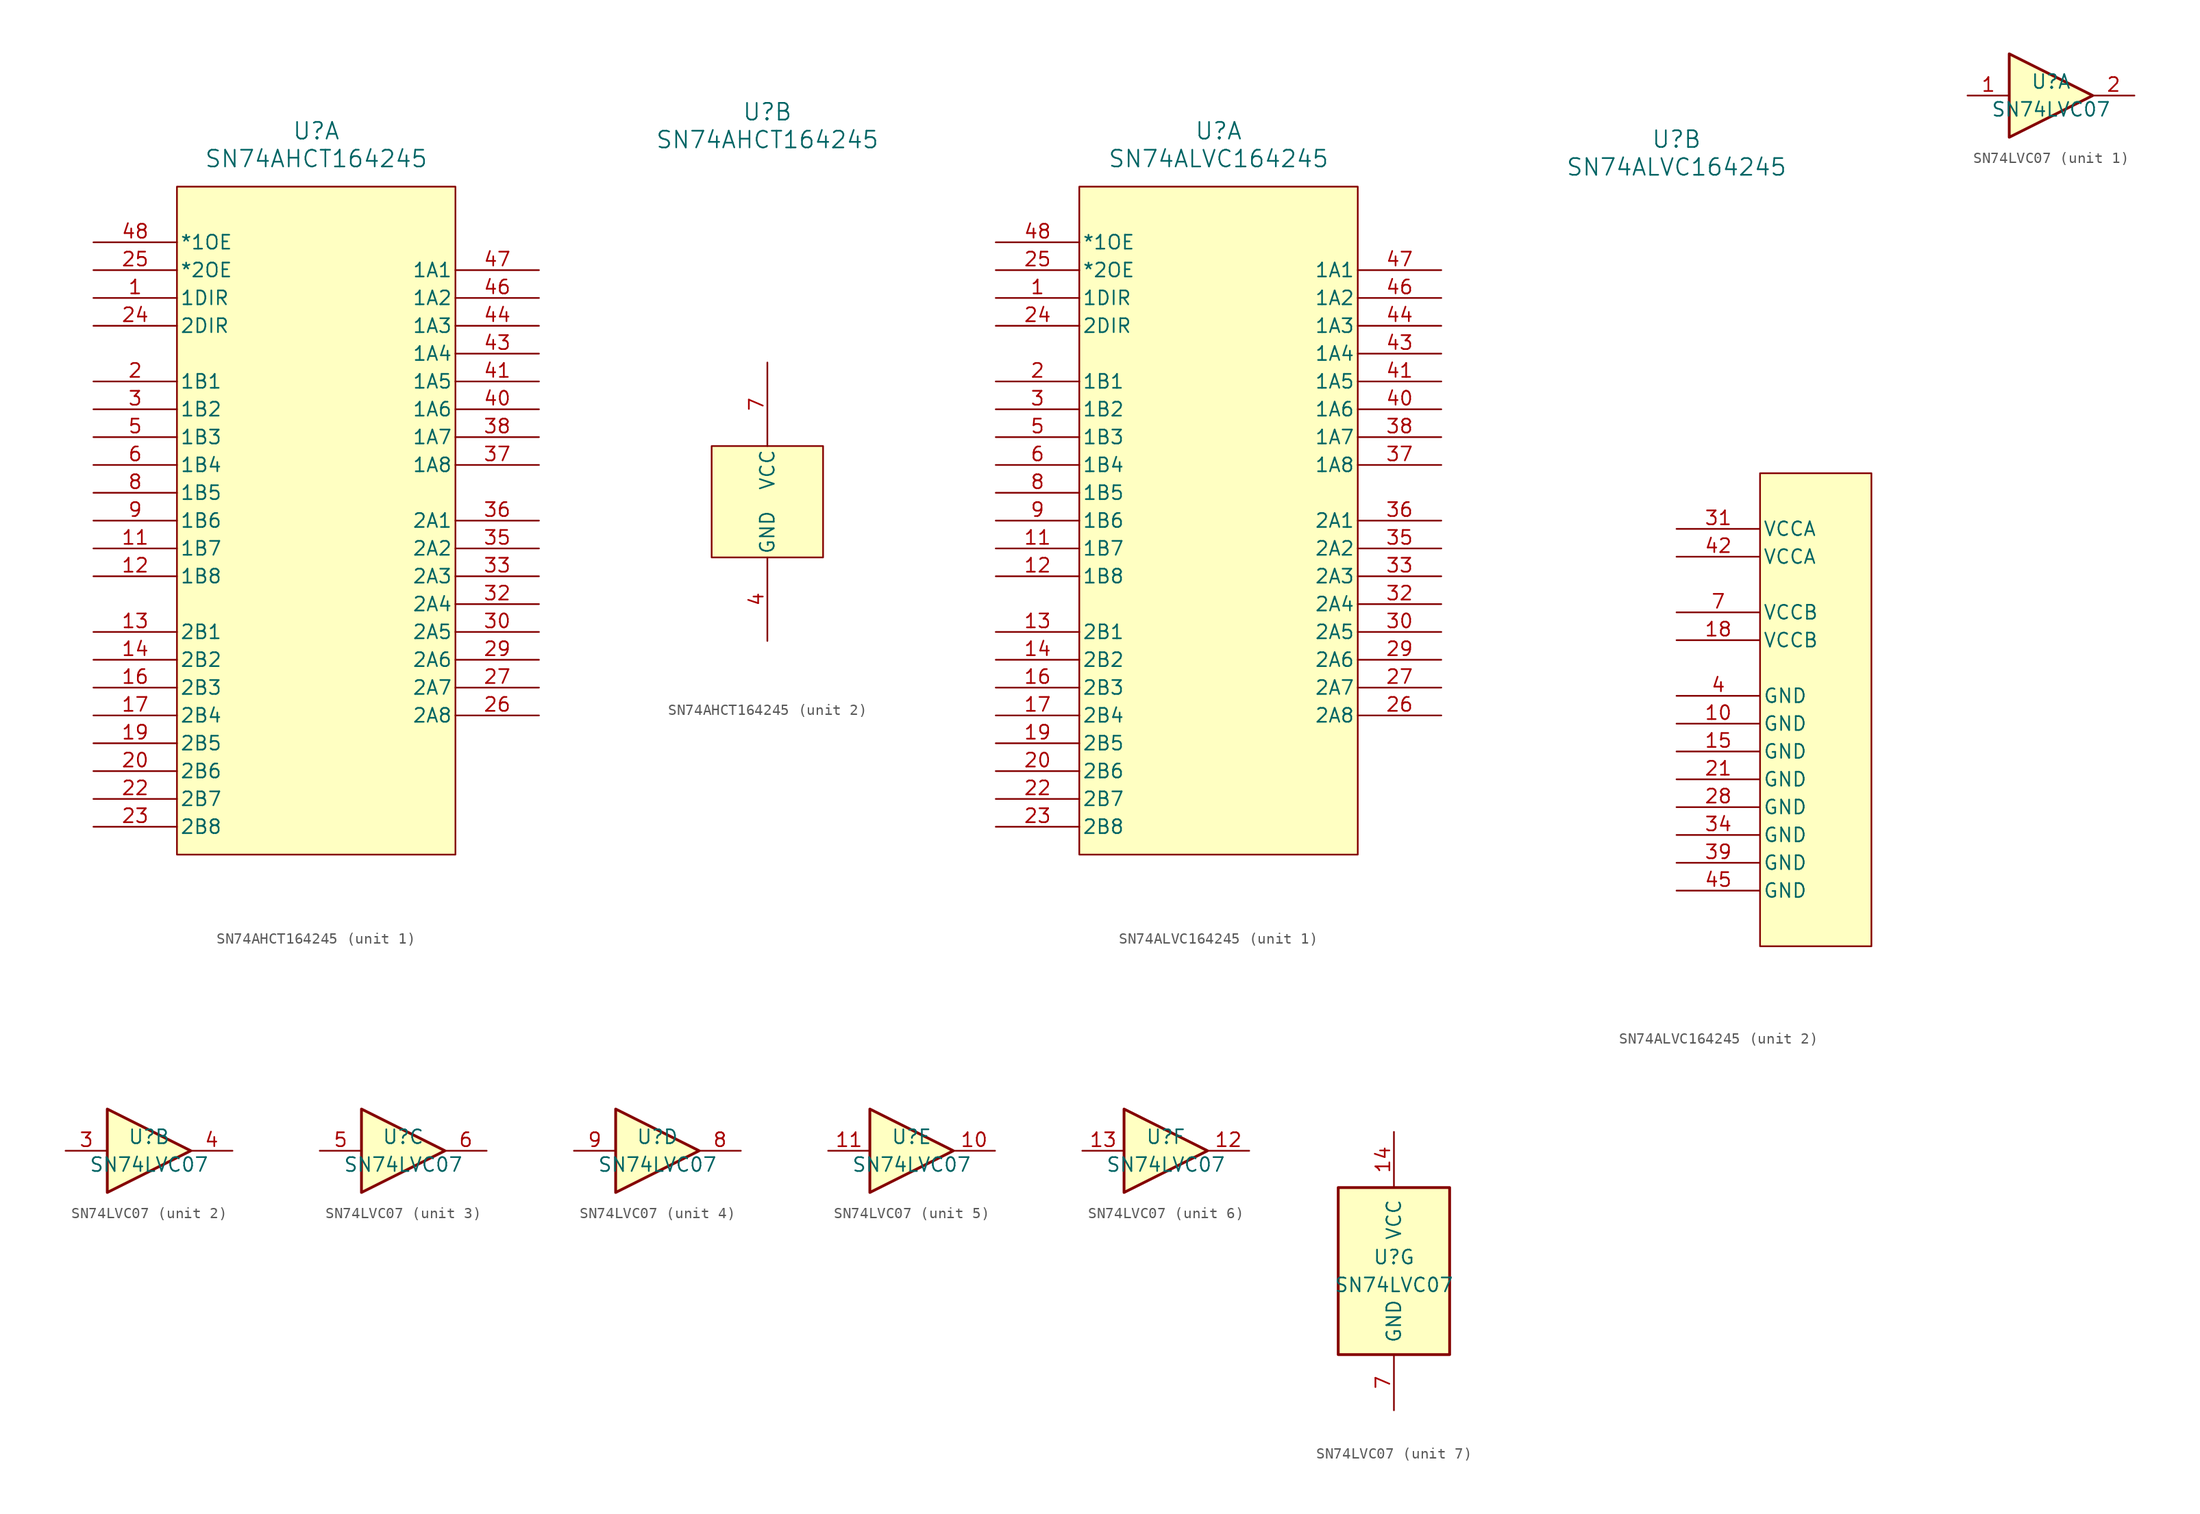
<source format=kicad_sym>
(kicad_symbol_lib
  (version 20220914)
  (generator kicad_symbol_editor)
  (symbol "SN74AHCT164245"
    (pin_names
      (offset 0.254))
    (property "Reference" "U"
      (at 0 35.56 0)
      (effects (font (size 1.524 1.524))))
    (property "Value" "SN74AHCT164245"
      (at 0 33.02 0)
      (effects (font (size 1.524 1.524))))
    (property "ki_locked" ""
      (at 0 0 0)
      (effects (font (size 1.27 1.27))))
    (symbol "SN74AHCT164245_1_1"
      (rectangle (start -12.7 30.48) (end 12.7 -30.48) (stroke (width 0) (type default)) (fill (type background)))
      (pin input line (at -20.32 20.32 0) (length 7.62) (name "1DIR" (effects (font (size 1.27 1.27)))) (number "1" (effects (font (size 1.27 1.27)))))
      (pin bidirectional line (at -20.32 -2.54 0) (length 7.62) (name "1B7" (effects (font (size 1.27 1.27)))) (number "11" (effects (font (size 1.27 1.27)))))
      (pin bidirectional line (at -20.32 -5.08 0) (length 7.62) (name "1B8" (effects (font (size 1.27 1.27)))) (number "12" (effects (font (size 1.27 1.27)))))
      (pin bidirectional line (at -20.32 -10.16 0) (length 7.62) (name "2B1" (effects (font (size 1.27 1.27)))) (number "13" (effects (font (size 1.27 1.27)))))
      (pin bidirectional line (at -20.32 -12.7 0) (length 7.62) (name "2B2" (effects (font (size 1.27 1.27)))) (number "14" (effects (font (size 1.27 1.27)))))
      (pin bidirectional line (at -20.32 -15.24 0) (length 7.62) (name "2B3" (effects (font (size 1.27 1.27)))) (number "16" (effects (font (size 1.27 1.27)))))
      (pin bidirectional line (at -20.32 -17.78 0) (length 7.62) (name "2B4" (effects (font (size 1.27 1.27)))) (number "17" (effects (font (size 1.27 1.27)))))
      (pin bidirectional line (at -20.32 -20.32 0) (length 7.62) (name "2B5" (effects (font (size 1.27 1.27)))) (number "19" (effects (font (size 1.27 1.27)))))
      (pin bidirectional line (at -20.32 12.7 0) (length 7.62) (name "1B1" (effects (font (size 1.27 1.27)))) (number "2" (effects (font (size 1.27 1.27)))))
      (pin bidirectional line (at -20.32 -22.86 0) (length 7.62) (name "2B6" (effects (font (size 1.27 1.27)))) (number "20" (effects (font (size 1.27 1.27)))))
      (pin bidirectional line (at -20.32 -25.4 0) (length 7.62) (name "2B7" (effects (font (size 1.27 1.27)))) (number "22" (effects (font (size 1.27 1.27)))))
      (pin bidirectional line (at -20.32 -27.94 0) (length 7.62) (name "2B8" (effects (font (size 1.27 1.27)))) (number "23" (effects (font (size 1.27 1.27)))))
      (pin input line (at -20.32 17.78 0) (length 7.62) (name "2DIR" (effects (font (size 1.27 1.27)))) (number "24" (effects (font (size 1.27 1.27)))))
      (pin input line (at -20.32 22.86 0) (length 7.62) (name "*2OE" (effects (font (size 1.27 1.27)))) (number "25" (effects (font (size 1.27 1.27)))))
      (pin bidirectional line (at 20.32 -17.78 180) (length 7.62) (name "2A8" (effects (font (size 1.27 1.27)))) (number "26" (effects (font (size 1.27 1.27)))))
      (pin bidirectional line (at 20.32 -15.24 180) (length 7.62) (name "2A7" (effects (font (size 1.27 1.27)))) (number "27" (effects (font (size 1.27 1.27)))))
      (pin bidirectional line (at 20.32 -12.7 180) (length 7.62) (name "2A6" (effects (font (size 1.27 1.27)))) (number "29" (effects (font (size 1.27 1.27)))))
      (pin bidirectional line (at -20.32 10.16 0) (length 7.62) (name "1B2" (effects (font (size 1.27 1.27)))) (number "3" (effects (font (size 1.27 1.27)))))
      (pin bidirectional line (at 20.32 -10.16 180) (length 7.62) (name "2A5" (effects (font (size 1.27 1.27)))) (number "30" (effects (font (size 1.27 1.27)))))
      (pin bidirectional line (at 20.32 -7.62 180) (length 7.62) (name "2A4" (effects (font (size 1.27 1.27)))) (number "32" (effects (font (size 1.27 1.27)))))
      (pin bidirectional line (at 20.32 -5.08 180) (length 7.62) (name "2A3" (effects (font (size 1.27 1.27)))) (number "33" (effects (font (size 1.27 1.27)))))
      (pin bidirectional line (at 20.32 -2.54 180) (length 7.62) (name "2A2" (effects (font (size 1.27 1.27)))) (number "35" (effects (font (size 1.27 1.27)))))
      (pin bidirectional line (at 20.32 0 180) (length 7.62) (name "2A1" (effects (font (size 1.27 1.27)))) (number "36" (effects (font (size 1.27 1.27)))))
      (pin bidirectional line (at 20.32 5.08 180) (length 7.62) (name "1A8" (effects (font (size 1.27 1.27)))) (number "37" (effects (font (size 1.27 1.27)))))
      (pin bidirectional line (at 20.32 7.62 180) (length 7.62) (name "1A7" (effects (font (size 1.27 1.27)))) (number "38" (effects (font (size 1.27 1.27)))))
      (pin bidirectional line (at 20.32 10.16 180) (length 7.62) (name "1A6" (effects (font (size 1.27 1.27)))) (number "40" (effects (font (size 1.27 1.27)))))
      (pin bidirectional line (at 20.32 12.7 180) (length 7.62) (name "1A5" (effects (font (size 1.27 1.27)))) (number "41" (effects (font (size 1.27 1.27)))))
      (pin bidirectional line (at 20.32 15.24 180) (length 7.62) (name "1A4" (effects (font (size 1.27 1.27)))) (number "43" (effects (font (size 1.27 1.27)))))
      (pin bidirectional line (at 20.32 17.78 180) (length 7.62) (name "1A3" (effects (font (size 1.27 1.27)))) (number "44" (effects (font (size 1.27 1.27)))))
      (pin bidirectional line (at 20.32 20.32 180) (length 7.62) (name "1A2" (effects (font (size 1.27 1.27)))) (number "46" (effects (font (size 1.27 1.27)))))
      (pin bidirectional line (at 20.32 22.86 180) (length 7.62) (name "1A1" (effects (font (size 1.27 1.27)))) (number "47" (effects (font (size 1.27 1.27)))))
      (pin input line (at -20.32 25.4 0) (length 7.62) (name "*1OE" (effects (font (size 1.27 1.27)))) (number "48" (effects (font (size 1.27 1.27)))))
      (pin bidirectional line (at -20.32 7.62 0) (length 7.62) (name "1B3" (effects (font (size 1.27 1.27)))) (number "5" (effects (font (size 1.27 1.27)))))
      (pin bidirectional line (at -20.32 5.08 0) (length 7.62) (name "1B4" (effects (font (size 1.27 1.27)))) (number "6" (effects (font (size 1.27 1.27)))))
      (pin bidirectional line (at -20.32 2.54 0) (length 7.62) (name "1B5" (effects (font (size 1.27 1.27)))) (number "8" (effects (font (size 1.27 1.27)))))
      (pin bidirectional line (at -20.32 0 0) (length 7.62) (name "1B6" (effects (font (size 1.27 1.27)))) (number "9" (effects (font (size 1.27 1.27))))))
    (symbol "SN74AHCT164245_2_1"
      (rectangle (start -5.08 5.08) (end 5.08 -5.08) (stroke (width 0) (type default)) (fill (type background)))
      (pin passive line (at 0 -12.7 90) (length 7.62) hide (name "GND" (effects (font (size 1.27 1.27)))) (number "10" (effects (font (size 1.27 1.27)))))
      (pin passive line (at 0 -12.7 90) (length 7.62) hide (name "GND" (effects (font (size 1.27 1.27)))) (number "15" (effects (font (size 1.27 1.27)))))
      (pin passive line (at 0 12.7 270) (length 7.62) hide (name "VCC" (effects (font (size 1.27 1.27)))) (number "18" (effects (font (size 1.27 1.27)))))
      (pin passive line (at 0 -12.7 90) (length 7.62) hide (name "GND" (effects (font (size 1.27 1.27)))) (number "21" (effects (font (size 1.27 1.27)))))
      (pin passive line (at 0 -12.7 90) (length 7.62) hide (name "GND" (effects (font (size 1.27 1.27)))) (number "28" (effects (font (size 1.27 1.27)))))
      (pin passive line (at 0 12.7 270) (length 7.62) hide (name "VCC" (effects (font (size 1.27 1.27)))) (number "31" (effects (font (size 1.27 1.27)))))
      (pin passive line (at 0 -12.7 90) (length 7.62) hide (name "GND" (effects (font (size 1.27 1.27)))) (number "34" (effects (font (size 1.27 1.27)))))
      (pin passive line (at 0 -12.7 90) (length 7.62) hide (name "GND" (effects (font (size 1.27 1.27)))) (number "39" (effects (font (size 1.27 1.27)))))
      (pin power_in line (at 0 -12.7 90) (length 7.62) (name "GND" (effects (font (size 1.27 1.27)))) (number "4" (effects (font (size 1.27 1.27)))))
      (pin passive line (at 0 12.7 270) (length 7.62) hide (name "VCC" (effects (font (size 1.27 1.27)))) (number "42" (effects (font (size 1.27 1.27)))))
      (pin passive line (at 0 -12.7 90) (length 7.62) hide (name "GND" (effects (font (size 1.27 1.27)))) (number "45" (effects (font (size 1.27 1.27)))))
      (pin power_in line (at 0 12.7 270) (length 7.62) (name "VCC" (effects (font (size 1.27 1.27)))) (number "7" (effects (font (size 1.27 1.27)))))))
  (symbol "SN74ALVC164245"
    (pin_names
      (offset 0.254))
    (property "Reference" "U"
      (at 0 35.56 0)
      (effects (font (size 1.524 1.524))))
    (property "Value" "SN74ALVC164245"
      (at 0 33.02 0)
      (effects (font (size 1.524 1.524))))
    (property "ki_locked" ""
      (at 0 0 0)
      (effects (font (size 1.27 1.27))))
    (symbol "SN74ALVC164245_1_1"
      (rectangle (start -12.7 30.48) (end 12.7 -30.48) (stroke (width 0) (type default)) (fill (type background)))
      (pin input line (at -20.32 20.32 0) (length 7.62) (name "1DIR" (effects (font (size 1.27 1.27)))) (number "1" (effects (font (size 1.27 1.27)))))
      (pin bidirectional line (at -20.32 -2.54 0) (length 7.62) (name "1B7" (effects (font (size 1.27 1.27)))) (number "11" (effects (font (size 1.27 1.27)))))
      (pin bidirectional line (at -20.32 -5.08 0) (length 7.62) (name "1B8" (effects (font (size 1.27 1.27)))) (number "12" (effects (font (size 1.27 1.27)))))
      (pin bidirectional line (at -20.32 -10.16 0) (length 7.62) (name "2B1" (effects (font (size 1.27 1.27)))) (number "13" (effects (font (size 1.27 1.27)))))
      (pin bidirectional line (at -20.32 -12.7 0) (length 7.62) (name "2B2" (effects (font (size 1.27 1.27)))) (number "14" (effects (font (size 1.27 1.27)))))
      (pin bidirectional line (at -20.32 -15.24 0) (length 7.62) (name "2B3" (effects (font (size 1.27 1.27)))) (number "16" (effects (font (size 1.27 1.27)))))
      (pin bidirectional line (at -20.32 -17.78 0) (length 7.62) (name "2B4" (effects (font (size 1.27 1.27)))) (number "17" (effects (font (size 1.27 1.27)))))
      (pin bidirectional line (at -20.32 -20.32 0) (length 7.62) (name "2B5" (effects (font (size 1.27 1.27)))) (number "19" (effects (font (size 1.27 1.27)))))
      (pin bidirectional line (at -20.32 12.7 0) (length 7.62) (name "1B1" (effects (font (size 1.27 1.27)))) (number "2" (effects (font (size 1.27 1.27)))))
      (pin bidirectional line (at -20.32 -22.86 0) (length 7.62) (name "2B6" (effects (font (size 1.27 1.27)))) (number "20" (effects (font (size 1.27 1.27)))))
      (pin bidirectional line (at -20.32 -25.4 0) (length 7.62) (name "2B7" (effects (font (size 1.27 1.27)))) (number "22" (effects (font (size 1.27 1.27)))))
      (pin bidirectional line (at -20.32 -27.94 0) (length 7.62) (name "2B8" (effects (font (size 1.27 1.27)))) (number "23" (effects (font (size 1.27 1.27)))))
      (pin input line (at -20.32 17.78 0) (length 7.62) (name "2DIR" (effects (font (size 1.27 1.27)))) (number "24" (effects (font (size 1.27 1.27)))))
      (pin input line (at -20.32 22.86 0) (length 7.62) (name "*2OE" (effects (font (size 1.27 1.27)))) (number "25" (effects (font (size 1.27 1.27)))))
      (pin bidirectional line (at 20.32 -17.78 180) (length 7.62) (name "2A8" (effects (font (size 1.27 1.27)))) (number "26" (effects (font (size 1.27 1.27)))))
      (pin bidirectional line (at 20.32 -15.24 180) (length 7.62) (name "2A7" (effects (font (size 1.27 1.27)))) (number "27" (effects (font (size 1.27 1.27)))))
      (pin bidirectional line (at 20.32 -12.7 180) (length 7.62) (name "2A6" (effects (font (size 1.27 1.27)))) (number "29" (effects (font (size 1.27 1.27)))))
      (pin bidirectional line (at -20.32 10.16 0) (length 7.62) (name "1B2" (effects (font (size 1.27 1.27)))) (number "3" (effects (font (size 1.27 1.27)))))
      (pin bidirectional line (at 20.32 -10.16 180) (length 7.62) (name "2A5" (effects (font (size 1.27 1.27)))) (number "30" (effects (font (size 1.27 1.27)))))
      (pin bidirectional line (at 20.32 -7.62 180) (length 7.62) (name "2A4" (effects (font (size 1.27 1.27)))) (number "32" (effects (font (size 1.27 1.27)))))
      (pin bidirectional line (at 20.32 -5.08 180) (length 7.62) (name "2A3" (effects (font (size 1.27 1.27)))) (number "33" (effects (font (size 1.27 1.27)))))
      (pin bidirectional line (at 20.32 -2.54 180) (length 7.62) (name "2A2" (effects (font (size 1.27 1.27)))) (number "35" (effects (font (size 1.27 1.27)))))
      (pin bidirectional line (at 20.32 0 180) (length 7.62) (name "2A1" (effects (font (size 1.27 1.27)))) (number "36" (effects (font (size 1.27 1.27)))))
      (pin bidirectional line (at 20.32 5.08 180) (length 7.62) (name "1A8" (effects (font (size 1.27 1.27)))) (number "37" (effects (font (size 1.27 1.27)))))
      (pin bidirectional line (at 20.32 7.62 180) (length 7.62) (name "1A7" (effects (font (size 1.27 1.27)))) (number "38" (effects (font (size 1.27 1.27)))))
      (pin bidirectional line (at 20.32 10.16 180) (length 7.62) (name "1A6" (effects (font (size 1.27 1.27)))) (number "40" (effects (font (size 1.27 1.27)))))
      (pin bidirectional line (at 20.32 12.7 180) (length 7.62) (name "1A5" (effects (font (size 1.27 1.27)))) (number "41" (effects (font (size 1.27 1.27)))))
      (pin bidirectional line (at 20.32 15.24 180) (length 7.62) (name "1A4" (effects (font (size 1.27 1.27)))) (number "43" (effects (font (size 1.27 1.27)))))
      (pin bidirectional line (at 20.32 17.78 180) (length 7.62) (name "1A3" (effects (font (size 1.27 1.27)))) (number "44" (effects (font (size 1.27 1.27)))))
      (pin bidirectional line (at 20.32 20.32 180) (length 7.62) (name "1A2" (effects (font (size 1.27 1.27)))) (number "46" (effects (font (size 1.27 1.27)))))
      (pin bidirectional line (at 20.32 22.86 180) (length 7.62) (name "1A1" (effects (font (size 1.27 1.27)))) (number "47" (effects (font (size 1.27 1.27)))))
      (pin input line (at -20.32 25.4 0) (length 7.62) (name "*1OE" (effects (font (size 1.27 1.27)))) (number "48" (effects (font (size 1.27 1.27)))))
      (pin bidirectional line (at -20.32 7.62 0) (length 7.62) (name "1B3" (effects (font (size 1.27 1.27)))) (number "5" (effects (font (size 1.27 1.27)))))
      (pin bidirectional line (at -20.32 5.08 0) (length 7.62) (name "1B4" (effects (font (size 1.27 1.27)))) (number "6" (effects (font (size 1.27 1.27)))))
      (pin bidirectional line (at -20.32 2.54 0) (length 7.62) (name "1B5" (effects (font (size 1.27 1.27)))) (number "8" (effects (font (size 1.27 1.27)))))
      (pin bidirectional line (at -20.32 0 0) (length 7.62) (name "1B6" (effects (font (size 1.27 1.27)))) (number "9" (effects (font (size 1.27 1.27))))))
    (symbol "SN74ALVC164245_2_1"
      (rectangle (start 7.62 5.08) (end 17.78 -38.1) (stroke (width 0) (type default)) (fill (type background)))
      (pin power_in line (at 0 -17.78 0) (length 7.62) (name "GND" (effects (font (size 1.27 1.27)))) (number "10" (effects (font (size 1.27 1.27)))))
      (pin power_in line (at 0 -20.32 0) (length 7.62) (name "GND" (effects (font (size 1.27 1.27)))) (number "15" (effects (font (size 1.27 1.27)))))
      (pin power_in line (at 0 -10.16 0) (length 7.62) (name "VCCB" (effects (font (size 1.27 1.27)))) (number "18" (effects (font (size 1.27 1.27)))))
      (pin power_in line (at 0 -22.86 0) (length 7.62) (name "GND" (effects (font (size 1.27 1.27)))) (number "21" (effects (font (size 1.27 1.27)))))
      (pin power_in line (at 0 -25.4 0) (length 7.62) (name "GND" (effects (font (size 1.27 1.27)))) (number "28" (effects (font (size 1.27 1.27)))))
      (pin power_in line (at 0 0 0) (length 7.62) (name "VCCA" (effects (font (size 1.27 1.27)))) (number "31" (effects (font (size 1.27 1.27)))))
      (pin power_in line (at 0 -27.94 0) (length 7.62) (name "GND" (effects (font (size 1.27 1.27)))) (number "34" (effects (font (size 1.27 1.27)))))
      (pin power_in line (at 0 -30.48 0) (length 7.62) (name "GND" (effects (font (size 1.27 1.27)))) (number "39" (effects (font (size 1.27 1.27)))))
      (pin power_in line (at 0 -15.24 0) (length 7.62) (name "GND" (effects (font (size 1.27 1.27)))) (number "4" (effects (font (size 1.27 1.27)))))
      (pin power_in line (at 0 -2.54 0) (length 7.62) (name "VCCA" (effects (font (size 1.27 1.27)))) (number "42" (effects (font (size 1.27 1.27)))))
      (pin power_in line (at 0 -33.02 0) (length 7.62) (name "GND" (effects (font (size 1.27 1.27)))) (number "45" (effects (font (size 1.27 1.27)))))
      (pin power_in line (at 0 -7.62 0) (length 7.62) (name "VCCB" (effects (font (size 1.27 1.27)))) (number "7" (effects (font (size 1.27 1.27)))))))
  (symbol "SN74LVC07"
    (pin_names
      (offset 1.016))
    (property "Reference" "U"
      (at 0 1.27 0)
      (effects (font (size 1.27 1.27))))
    (property "Value" "SN74LVC07"
      (at 0 -1.27 0)
      (effects (font (size 1.27 1.27))))
    (property "ki_locked" ""
      (at 0 0 0)
      (effects (font (size 1.27 1.27))))
    (symbol "SN74LVC07_1_0"
      (polyline (pts (xy -3.81 3.81) (xy -3.81 -3.81) (xy 3.81 0) (xy -3.81 3.81)) (stroke (width 0.254) (type default)) (fill (type background)))
      (pin input line (at -7.62 0 0) (length 3.81) (name "~" (effects (font (size 1.27 1.27)))) (number "1" (effects (font (size 1.27 1.27)))))
      (pin open_collector line (at 7.62 0 180) (length 3.81) (name "~" (effects (font (size 1.27 1.27)))) (number "2" (effects (font (size 1.27 1.27))))))
    (symbol "SN74LVC07_2_0"
      (polyline (pts (xy -3.81 3.81) (xy -3.81 -3.81) (xy 3.81 0) (xy -3.81 3.81)) (stroke (width 0.254) (type default)) (fill (type background)))
      (pin input line (at -7.62 0 0) (length 3.81) (name "~" (effects (font (size 1.27 1.27)))) (number "3" (effects (font (size 1.27 1.27)))))
      (pin open_collector line (at 7.62 0 180) (length 3.81) (name "~" (effects (font (size 1.27 1.27)))) (number "4" (effects (font (size 1.27 1.27))))))
    (symbol "SN74LVC07_3_0"
      (polyline (pts (xy -3.81 3.81) (xy -3.81 -3.81) (xy 3.81 0) (xy -3.81 3.81)) (stroke (width 0.254) (type default)) (fill (type background)))
      (pin input line (at -7.62 0 0) (length 3.81) (name "~" (effects (font (size 1.27 1.27)))) (number "5" (effects (font (size 1.27 1.27)))))
      (pin open_collector line (at 7.62 0 180) (length 3.81) (name "~" (effects (font (size 1.27 1.27)))) (number "6" (effects (font (size 1.27 1.27))))))
    (symbol "SN74LVC07_4_0"
      (polyline (pts (xy -3.81 3.81) (xy -3.81 -3.81) (xy 3.81 0) (xy -3.81 3.81)) (stroke (width 0.254) (type default)) (fill (type background)))
      (pin open_collector line (at 7.62 0 180) (length 3.81) (name "~" (effects (font (size 1.27 1.27)))) (number "8" (effects (font (size 1.27 1.27)))))
      (pin input line (at -7.62 0 0) (length 3.81) (name "~" (effects (font (size 1.27 1.27)))) (number "9" (effects (font (size 1.27 1.27))))))
    (symbol "SN74LVC07_5_0"
      (polyline (pts (xy -3.81 3.81) (xy -3.81 -3.81) (xy 3.81 0) (xy -3.81 3.81)) (stroke (width 0.254) (type default)) (fill (type background)))
      (pin open_collector line (at 7.62 0 180) (length 3.81) (name "~" (effects (font (size 1.27 1.27)))) (number "10" (effects (font (size 1.27 1.27)))))
      (pin input line (at -7.62 0 0) (length 3.81) (name "~" (effects (font (size 1.27 1.27)))) (number "11" (effects (font (size 1.27 1.27))))))
    (symbol "SN74LVC07_6_0"
      (polyline (pts (xy -3.81 3.81) (xy -3.81 -3.81) (xy 3.81 0) (xy -3.81 3.81)) (stroke (width 0.254) (type default)) (fill (type background)))
      (pin open_collector line (at 7.62 0 180) (length 3.81) (name "~" (effects (font (size 1.27 1.27)))) (number "12" (effects (font (size 1.27 1.27)))))
      (pin input line (at -7.62 0 0) (length 3.81) (name "~" (effects (font (size 1.27 1.27)))) (number "13" (effects (font (size 1.27 1.27))))))
    (symbol "SN74LVC07_7_0"
      (pin power_in line (at 0 12.7 270) (length 5.08) (name "VCC" (effects (font (size 1.27 1.27)))) (number "14" (effects (font (size 1.27 1.27)))))
      (pin power_in line (at 0 -12.7 90) (length 5.08) (name "GND" (effects (font (size 1.27 1.27)))) (number "7" (effects (font (size 1.27 1.27))))))
    (symbol "SN74LVC07_7_1"
      (rectangle (start -5.08 7.62) (end 5.08 -7.62) (stroke (width 0.254) (type default)) (fill (type background))))))
</source>
